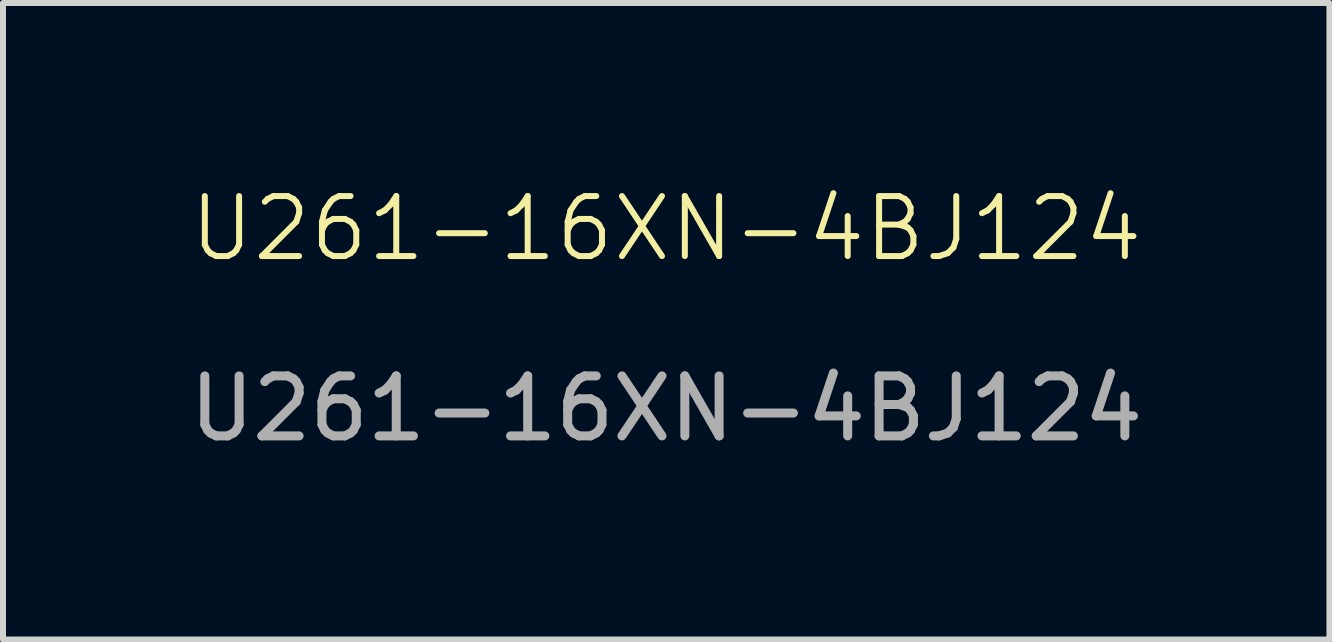
<source format=kicad_pcb>
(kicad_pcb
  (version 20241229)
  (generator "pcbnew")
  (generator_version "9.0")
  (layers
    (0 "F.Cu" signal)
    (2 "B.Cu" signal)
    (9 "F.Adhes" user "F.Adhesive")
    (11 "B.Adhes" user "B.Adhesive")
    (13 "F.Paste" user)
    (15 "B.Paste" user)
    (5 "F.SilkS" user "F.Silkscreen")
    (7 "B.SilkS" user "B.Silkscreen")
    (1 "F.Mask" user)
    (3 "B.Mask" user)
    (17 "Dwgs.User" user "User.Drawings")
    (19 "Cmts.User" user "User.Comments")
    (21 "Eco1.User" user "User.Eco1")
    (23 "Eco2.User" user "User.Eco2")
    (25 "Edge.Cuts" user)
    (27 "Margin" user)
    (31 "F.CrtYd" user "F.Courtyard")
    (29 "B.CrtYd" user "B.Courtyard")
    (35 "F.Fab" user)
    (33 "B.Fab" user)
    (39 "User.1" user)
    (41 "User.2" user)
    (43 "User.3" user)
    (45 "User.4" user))
  (footprint "U261-16XN-4BJ124"
    (layer "F.Cu")
    (at 8.054 1.26)
    (property "Reference" "U261-16XN-4BJ124" (at 0 -0.5 0) (unlocked yes) (layer "F.SilkS") (effects (font (size 1 1) (thickness 0.1))))
    (attr smd)
    (fp_text user "${REFERENCE}" (at 0 2.5 0) (unlocked yes) (layer "F.Fab") (effects (font (size 1 1) (thickness 0.15)))))
  (gr_rect
    (start -3 -3)
    (end 19.107 7.609)
    (stroke (width 0.1) (type default))
    (fill no)
    (layer "Edge.Cuts")))
</source>
